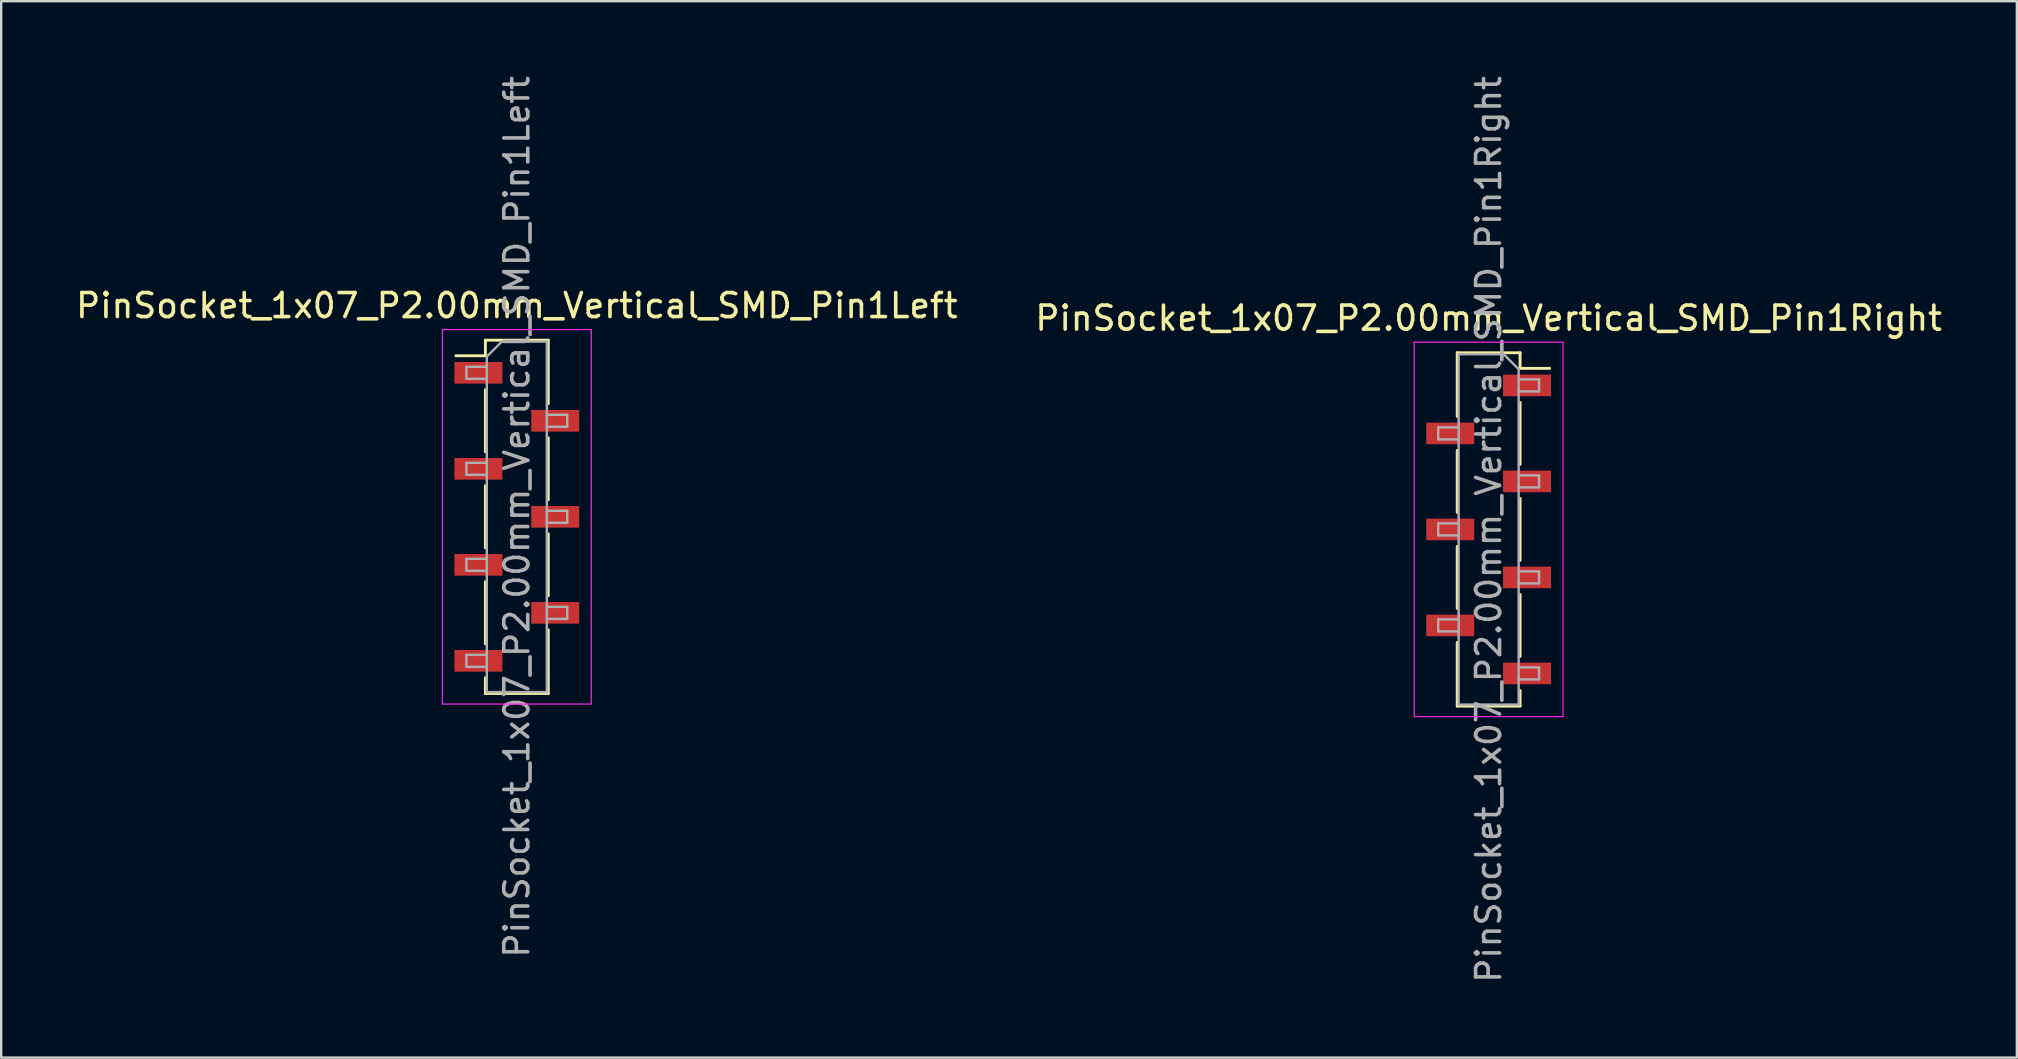
<source format=kicad_pcb>
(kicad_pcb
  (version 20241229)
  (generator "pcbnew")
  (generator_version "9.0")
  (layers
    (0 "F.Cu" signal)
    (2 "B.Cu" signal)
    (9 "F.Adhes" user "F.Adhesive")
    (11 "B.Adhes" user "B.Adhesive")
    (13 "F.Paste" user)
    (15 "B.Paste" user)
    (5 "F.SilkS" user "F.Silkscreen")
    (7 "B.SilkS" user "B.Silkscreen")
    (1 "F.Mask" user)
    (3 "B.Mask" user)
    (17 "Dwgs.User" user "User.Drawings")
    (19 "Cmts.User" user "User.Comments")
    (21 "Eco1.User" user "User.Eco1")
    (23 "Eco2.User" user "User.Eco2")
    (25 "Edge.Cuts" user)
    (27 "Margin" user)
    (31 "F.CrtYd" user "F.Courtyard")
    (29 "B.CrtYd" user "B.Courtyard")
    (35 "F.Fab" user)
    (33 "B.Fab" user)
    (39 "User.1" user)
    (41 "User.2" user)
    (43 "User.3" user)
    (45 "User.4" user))
  (footprint "PinSocket_1x07_P2.00mm_Vertical_SMD_Pin1Right"
    (layer "F.Cu")
    (at 58.97 19.006)
    (property "Reference" "PinSocket_1x07_P2.00mm_Vertical_SMD_Pin1Right" (at 0 -8.8 0) (layer "F.SilkS") (effects (font (size 1 1) (thickness 0.15))))
    (attr smd)
    (fp_line (start -1.31 -7.36) (end -1.31 -4.71) (stroke (width 0.12) (type solid)) (layer "F.SilkS"))
    (fp_line (start -1.31 -7.36) (end 1.31 -7.36) (stroke (width 0.12) (type solid)) (layer "F.SilkS"))
    (fp_line (start -1.31 -3.29) (end -1.31 -0.71) (stroke (width 0.12) (type solid)) (layer "F.SilkS"))
    (fp_line (start -1.31 0.71) (end -1.31 3.29) (stroke (width 0.12) (type solid)) (layer "F.SilkS"))
    (fp_line (start -1.31 4.71) (end -1.31 7.36) (stroke (width 0.12) (type solid)) (layer "F.SilkS"))
    (fp_line (start -1.31 7.36) (end 1.31 7.36) (stroke (width 0.12) (type solid)) (layer "F.SilkS"))
    (fp_line (start 1.31 -7.36) (end 1.31 -6.71) (stroke (width 0.12) (type solid)) (layer "F.SilkS"))
    (fp_line (start 1.31 -6.71) (end 2.54 -6.71) (stroke (width 0.12) (type solid)) (layer "F.SilkS"))
    (fp_line (start 1.31 -5.29) (end 1.31 -2.71) (stroke (width 0.12) (type solid)) (layer "F.SilkS"))
    (fp_line (start 1.31 -1.29) (end 1.31 1.29) (stroke (width 0.12) (type solid)) (layer "F.SilkS"))
    (fp_line (start 1.31 2.71) (end 1.31 5.29) (stroke (width 0.12) (type solid)) (layer "F.SilkS"))
    (fp_line (start 1.31 6.71) (end 1.31 7.36) (stroke (width 0.12) (type solid)) (layer "F.SilkS"))
    (fp_line (start -3.1 -7.8) (end 3.1 -7.8) (stroke (width 0.05) (type solid)) (layer "F.CrtYd"))
    (fp_line (start -3.1 7.8) (end -3.1 -7.8) (stroke (width 0.05) (type solid)) (layer "F.CrtYd"))
    (fp_line (start 3.1 -7.8) (end 3.1 7.8) (stroke (width 0.05) (type solid)) (layer "F.CrtYd"))
    (fp_line (start 3.1 7.8) (end -3.1 7.8) (stroke (width 0.05) (type solid)) (layer "F.CrtYd"))
    (fp_line (start -2.1 -4.25) (end -1.25 -4.25) (stroke (width 0.1) (type solid)) (layer "F.Fab"))
    (fp_line (start -2.1 -3.75) (end -2.1 -4.25) (stroke (width 0.1) (type solid)) (layer "F.Fab"))
    (fp_line (start -2.1 -0.25) (end -1.25 -0.25) (stroke (width 0.1) (type solid)) (layer "F.Fab"))
    (fp_line (start -2.1 0.25) (end -2.1 -0.25) (stroke (width 0.1) (type solid)) (layer "F.Fab"))
    (fp_line (start -2.1 3.75) (end -1.25 3.75) (stroke (width 0.1) (type solid)) (layer "F.Fab"))
    (fp_line (start -2.1 4.25) (end -2.1 3.75) (stroke (width 0.1) (type solid)) (layer "F.Fab"))
    (fp_line (start -1.25 -7.3) (end 0.625 -7.3) (stroke (width 0.1) (type solid)) (layer "F.Fab"))
    (fp_line (start -1.25 -3.75) (end -2.1 -3.75) (stroke (width 0.1) (type solid)) (layer "F.Fab"))
    (fp_line (start -1.25 0.25) (end -2.1 0.25) (stroke (width 0.1) (type solid)) (layer "F.Fab"))
    (fp_line (start -1.25 4.25) (end -2.1 4.25) (stroke (width 0.1) (type solid)) (layer "F.Fab"))
    (fp_line (start -1.25 7.3) (end -1.25 -7.3) (stroke (width 0.1) (type solid)) (layer "F.Fab"))
    (fp_line (start 0.625 -7.3) (end 1.25 -6.675) (stroke (width 0.1) (type solid)) (layer "F.Fab"))
    (fp_line (start 1.25 -6.675) (end 1.25 7.3) (stroke (width 0.1) (type solid)) (layer "F.Fab"))
    (fp_line (start 1.25 -6.25) (end 2.1 -6.25) (stroke (width 0.1) (type solid)) (layer "F.Fab"))
    (fp_line (start 1.25 -2.25) (end 2.1 -2.25) (stroke (width 0.1) (type solid)) (layer "F.Fab"))
    (fp_line (start 1.25 1.75) (end 2.1 1.75) (stroke (width 0.1) (type solid)) (layer "F.Fab"))
    (fp_line (start 1.25 5.75) (end 2.1 5.75) (stroke (width 0.1) (type solid)) (layer "F.Fab"))
    (fp_line (start 1.25 7.3) (end -1.25 7.3) (stroke (width 0.1) (type solid)) (layer "F.Fab"))
    (fp_line (start 2.1 -6.25) (end 2.1 -5.75) (stroke (width 0.1) (type solid)) (layer "F.Fab"))
    (fp_line (start 2.1 -5.75) (end 1.25 -5.75) (stroke (width 0.1) (type solid)) (layer "F.Fab"))
    (fp_line (start 2.1 -2.25) (end 2.1 -1.75) (stroke (width 0.1) (type solid)) (layer "F.Fab"))
    (fp_line (start 2.1 -1.75) (end 1.25 -1.75) (stroke (width 0.1) (type solid)) (layer "F.Fab"))
    (fp_line (start 2.1 1.75) (end 2.1 2.25) (stroke (width 0.1) (type solid)) (layer "F.Fab"))
    (fp_line (start 2.1 2.25) (end 1.25 2.25) (stroke (width 0.1) (type solid)) (layer "F.Fab"))
    (fp_line (start 2.1 5.75) (end 2.1 6.25) (stroke (width 0.1) (type solid)) (layer "F.Fab"))
    (fp_line (start 2.1 6.25) (end 1.25 6.25) (stroke (width 0.1) (type solid)) (layer "F.Fab"))
    (fp_text user "${REFERENCE}" (at 0 0 90) (layer "F.Fab") (effects (font (size 1 1) (thickness 0.15))))
    (pad "1" smd rect (at 1.6 -6) (size 2 0.9) (layers "F.Cu" "F.Mask" "F.Paste"))
    (pad "2" smd rect (at -1.6 -4) (size 2 0.9) (layers "F.Cu" "F.Mask" "F.Paste"))
    (pad "3" smd rect (at 1.6 -2) (size 2 0.9) (layers "F.Cu" "F.Mask" "F.Paste"))
    (pad "4" smd rect (at -1.6 0) (size 2 0.9) (layers "F.Cu" "F.Mask" "F.Paste"))
    (pad "5" smd rect (at 1.6 2) (size 2 0.9) (layers "F.Cu" "F.Mask" "F.Paste"))
    (pad "6" smd rect (at -1.6 4) (size 2 0.9) (layers "F.Cu" "F.Mask" "F.Paste"))
    (pad "7" smd rect (at 1.6 6) (size 2 0.9) (layers "F.Cu" "F.Mask" "F.Paste")))
  (footprint "PinSocket_1x07_P2.00mm_Vertical_SMD_Pin1Left"
    (layer "F.Cu")
    (at 18.482 18.482)
    (property "Reference" "PinSocket_1x07_P2.00mm_Vertical_SMD_Pin1Left" (at 0 -8.8 0) (layer "F.SilkS") (effects (font (size 1 1) (thickness 0.15))))
    (attr smd)
    (fp_line (start -2.54 -6.71) (end -1.31 -6.71) (stroke (width 0.12) (type solid)) (layer "F.SilkS"))
    (fp_line (start -1.31 -7.36) (end -1.31 -6.71) (stroke (width 0.12) (type solid)) (layer "F.SilkS"))
    (fp_line (start -1.31 -7.36) (end 1.31 -7.36) (stroke (width 0.12) (type solid)) (layer "F.SilkS"))
    (fp_line (start -1.31 -5.29) (end -1.31 -2.71) (stroke (width 0.12) (type solid)) (layer "F.SilkS"))
    (fp_line (start -1.31 -1.29) (end -1.31 1.29) (stroke (width 0.12) (type solid)) (layer "F.SilkS"))
    (fp_line (start -1.31 2.71) (end -1.31 5.29) (stroke (width 0.12) (type solid)) (layer "F.SilkS"))
    (fp_line (start -1.31 6.71) (end -1.31 7.36) (stroke (width 0.12) (type solid)) (layer "F.SilkS"))
    (fp_line (start -1.31 7.36) (end 1.31 7.36) (stroke (width 0.12) (type solid)) (layer "F.SilkS"))
    (fp_line (start 1.31 -7.36) (end 1.31 -4.71) (stroke (width 0.12) (type solid)) (layer "F.SilkS"))
    (fp_line (start 1.31 -3.29) (end 1.31 -0.71) (stroke (width 0.12) (type solid)) (layer "F.SilkS"))
    (fp_line (start 1.31 0.71) (end 1.31 3.29) (stroke (width 0.12) (type solid)) (layer "F.SilkS"))
    (fp_line (start 1.31 4.71) (end 1.31 7.36) (stroke (width 0.12) (type solid)) (layer "F.SilkS"))
    (fp_line (start -3.1 -7.8) (end 3.1 -7.8) (stroke (width 0.05) (type solid)) (layer "F.CrtYd"))
    (fp_line (start -3.1 7.8) (end -3.1 -7.8) (stroke (width 0.05) (type solid)) (layer "F.CrtYd"))
    (fp_line (start 3.1 -7.8) (end 3.1 7.8) (stroke (width 0.05) (type solid)) (layer "F.CrtYd"))
    (fp_line (start 3.1 7.8) (end -3.1 7.8) (stroke (width 0.05) (type solid)) (layer "F.CrtYd"))
    (fp_line (start -2.1 -6.25) (end -1.25 -6.25) (stroke (width 0.1) (type solid)) (layer "F.Fab"))
    (fp_line (start -2.1 -5.75) (end -2.1 -6.25) (stroke (width 0.1) (type solid)) (layer "F.Fab"))
    (fp_line (start -2.1 -2.25) (end -1.25 -2.25) (stroke (width 0.1) (type solid)) (layer "F.Fab"))
    (fp_line (start -2.1 -1.75) (end -2.1 -2.25) (stroke (width 0.1) (type solid)) (layer "F.Fab"))
    (fp_line (start -2.1 1.75) (end -1.25 1.75) (stroke (width 0.1) (type solid)) (layer "F.Fab"))
    (fp_line (start -2.1 2.25) (end -2.1 1.75) (stroke (width 0.1) (type solid)) (layer "F.Fab"))
    (fp_line (start -2.1 5.75) (end -1.25 5.75) (stroke (width 0.1) (type solid)) (layer "F.Fab"))
    (fp_line (start -2.1 6.25) (end -2.1 5.75) (stroke (width 0.1) (type solid)) (layer "F.Fab"))
    (fp_line (start -1.25 -6.675) (end -0.625 -7.3) (stroke (width 0.1) (type solid)) (layer "F.Fab"))
    (fp_line (start -1.25 -5.75) (end -2.1 -5.75) (stroke (width 0.1) (type solid)) (layer "F.Fab"))
    (fp_line (start -1.25 -1.75) (end -2.1 -1.75) (stroke (width 0.1) (type solid)) (layer "F.Fab"))
    (fp_line (start -1.25 2.25) (end -2.1 2.25) (stroke (width 0.1) (type solid)) (layer "F.Fab"))
    (fp_line (start -1.25 6.25) (end -2.1 6.25) (stroke (width 0.1) (type solid)) (layer "F.Fab"))
    (fp_line (start -1.25 7.3) (end -1.25 -6.675) (stroke (width 0.1) (type solid)) (layer "F.Fab"))
    (fp_line (start -0.625 -7.3) (end 1.25 -7.3) (stroke (width 0.1) (type solid)) (layer "F.Fab"))
    (fp_line (start 1.25 -7.3) (end 1.25 7.3) (stroke (width 0.1) (type solid)) (layer "F.Fab"))
    (fp_line (start 1.25 -4.25) (end 2.1 -4.25) (stroke (width 0.1) (type solid)) (layer "F.Fab"))
    (fp_line (start 1.25 -0.25) (end 2.1 -0.25) (stroke (width 0.1) (type solid)) (layer "F.Fab"))
    (fp_line (start 1.25 3.75) (end 2.1 3.75) (stroke (width 0.1) (type solid)) (layer "F.Fab"))
    (fp_line (start 1.25 7.3) (end -1.25 7.3) (stroke (width 0.1) (type solid)) (layer "F.Fab"))
    (fp_line (start 2.1 -4.25) (end 2.1 -3.75) (stroke (width 0.1) (type solid)) (layer "F.Fab"))
    (fp_line (start 2.1 -3.75) (end 1.25 -3.75) (stroke (width 0.1) (type solid)) (layer "F.Fab"))
    (fp_line (start 2.1 -0.25) (end 2.1 0.25) (stroke (width 0.1) (type solid)) (layer "F.Fab"))
    (fp_line (start 2.1 0.25) (end 1.25 0.25) (stroke (width 0.1) (type solid)) (layer "F.Fab"))
    (fp_line (start 2.1 3.75) (end 2.1 4.25) (stroke (width 0.1) (type solid)) (layer "F.Fab"))
    (fp_line (start 2.1 4.25) (end 1.25 4.25) (stroke (width 0.1) (type solid)) (layer "F.Fab"))
    (fp_text user "${REFERENCE}" (at 0 0 90) (layer "F.Fab") (effects (font (size 1 1) (thickness 0.15))))
    (pad "1" smd rect (at -1.6 -6) (size 2 0.9) (layers "F.Cu" "F.Mask" "F.Paste"))
    (pad "2" smd rect (at 1.6 -4) (size 2 0.9) (layers "F.Cu" "F.Mask" "F.Paste"))
    (pad "3" smd rect (at -1.6 -2) (size 2 0.9) (layers "F.Cu" "F.Mask" "F.Paste"))
    (pad "4" smd rect (at 1.6 0) (size 2 0.9) (layers "F.Cu" "F.Mask" "F.Paste"))
    (pad "5" smd rect (at -1.6 2) (size 2 0.9) (layers "F.Cu" "F.Mask" "F.Paste"))
    (pad "6" smd rect (at 1.6 4) (size 2 0.9) (layers "F.Cu" "F.Mask" "F.Paste"))
    (pad "7" smd rect (at -1.6 6) (size 2 0.9) (layers "F.Cu" "F.Mask" "F.Paste")))
  (gr_rect
    (start -3 -3)
    (end 80.976 41.012)
    (stroke (width 0.1) (type default))
    (fill no)
    (layer "Edge.Cuts")))
</source>
